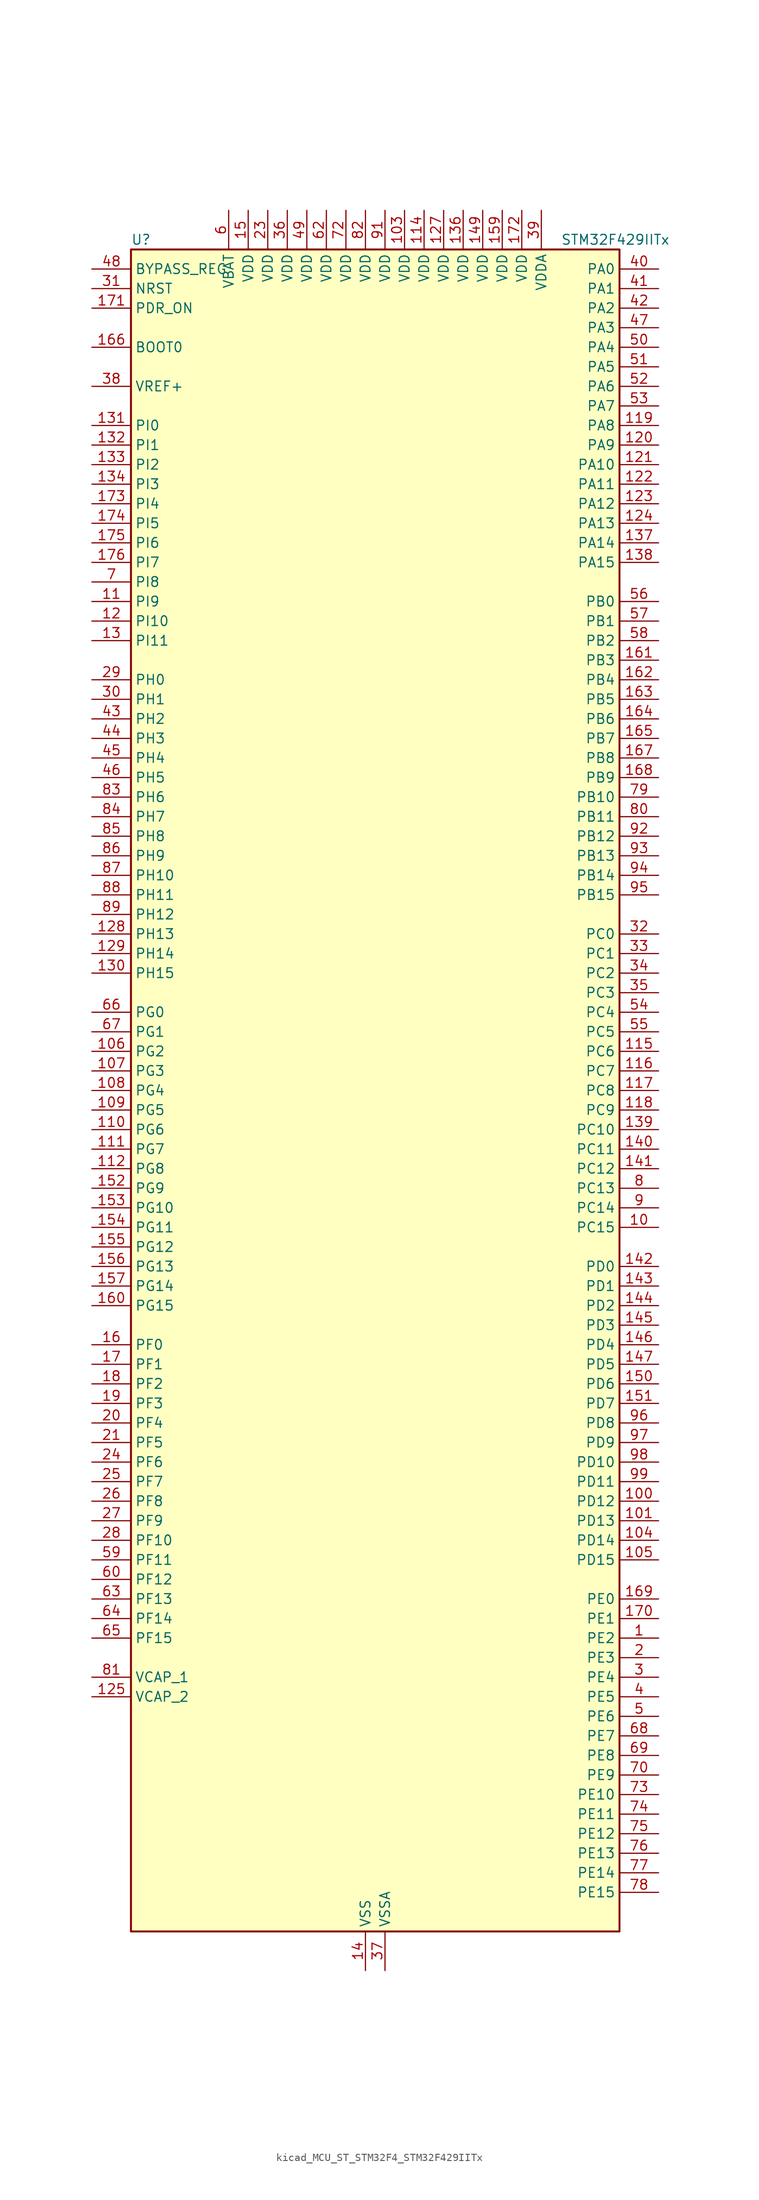
<source format=kicad_sym>
(kicad_symbol_lib
  (version 20220914)
  (generator kicad_symbol_editor)
  (symbol "kicad_MCU_ST_STM32F4_STM32F429IITx"
    (property "Reference" "U"
      (at -30.48 110.49 0)
      (effects (font (size 1.27 1.27)) (justify left)))
    (property "Value" "STM32F429IITx"
      (at 25.4 110.49 0)
      (effects (font (size 1.27 1.27)) (justify left)))
    (property "ki_locked" ""
      (at 0 0 0)
      (effects (font (size 1.27 1.27))))
    (symbol "kicad_MCU_ST_STM32F4_STM32F429IITx_0_1"
      (rectangle (start -30.48 -109.22) (end 33.02 109.22) (stroke (width 0.254) (type default)) (fill (type background))))
    (symbol "kicad_MCU_ST_STM32F4_STM32F429IITx_1_1"
      (pin bidirectional line (at 38.1 -71.12 180) (length 5.08) (name "PE2" (effects (font (size 1.27 1.27)))) (number "1" (effects (font (size 1.27 1.27)))) (alternate "ETH_TXD3" bidirectional line) (alternate "FMC_A23" bidirectional line) (alternate "SAI1_MCLK_A" bidirectional line) (alternate "SPI4_SCK" bidirectional line) (alternate "SYS_TRACECLK" bidirectional line))
      (pin bidirectional line (at 38.1 -17.78 180) (length 5.08) (name "PC15" (effects (font (size 1.27 1.27)))) (number "10" (effects (font (size 1.27 1.27)))) (alternate "ADC1_EXTI15" bidirectional line) (alternate "ADC2_EXTI15" bidirectional line) (alternate "ADC3_EXTI15" bidirectional line) (alternate "RCC_OSC32_OUT" bidirectional line))
      (pin bidirectional line (at 38.1 -53.34 180) (length 5.08) (name "PD12" (effects (font (size 1.27 1.27)))) (number "100" (effects (font (size 1.27 1.27)))) (alternate "FMC_A17" bidirectional line) (alternate "FMC_ALE" bidirectional line) (alternate "TIM4_CH1" bidirectional line) (alternate "USART3_RTS" bidirectional line))
      (pin bidirectional line (at 38.1 -55.88 180) (length 5.08) (name "PD13" (effects (font (size 1.27 1.27)))) (number "101" (effects (font (size 1.27 1.27)))) (alternate "FMC_A18" bidirectional line) (alternate "TIM4_CH2" bidirectional line))
      (pin passive line (at 0 -114.3 90) (length 5.08) hide (name "VSS" (effects (font (size 1.27 1.27)))) (number "102" (effects (font (size 1.27 1.27)))))
      (pin power_in line (at 5.08 114.3 270) (length 5.08) (name "VDD" (effects (font (size 1.27 1.27)))) (number "103" (effects (font (size 1.27 1.27)))))
      (pin bidirectional line (at 38.1 -58.42 180) (length 5.08) (name "PD14" (effects (font (size 1.27 1.27)))) (number "104" (effects (font (size 1.27 1.27)))) (alternate "FMC_D0" bidirectional line) (alternate "FMC_DA0" bidirectional line) (alternate "TIM4_CH3" bidirectional line))
      (pin bidirectional line (at 38.1 -60.96 180) (length 5.08) (name "PD15" (effects (font (size 1.27 1.27)))) (number "105" (effects (font (size 1.27 1.27)))) (alternate "ADC1_EXTI15" bidirectional line) (alternate "ADC2_EXTI15" bidirectional line) (alternate "ADC3_EXTI15" bidirectional line) (alternate "FMC_D1" bidirectional line) (alternate "FMC_DA1" bidirectional line) (alternate "TIM4_CH4" bidirectional line))
      (pin bidirectional line (at -35.56 5.08 0) (length 5.08) (name "PG2" (effects (font (size 1.27 1.27)))) (number "106" (effects (font (size 1.27 1.27)))) (alternate "FMC_A12" bidirectional line))
      (pin bidirectional line (at -35.56 2.54 0) (length 5.08) (name "PG3" (effects (font (size 1.27 1.27)))) (number "107" (effects (font (size 1.27 1.27)))) (alternate "FMC_A13" bidirectional line))
      (pin bidirectional line (at -35.56 0 0) (length 5.08) (name "PG4" (effects (font (size 1.27 1.27)))) (number "108" (effects (font (size 1.27 1.27)))) (alternate "FMC_A14" bidirectional line) (alternate "FMC_BA0" bidirectional line))
      (pin bidirectional line (at -35.56 -2.54 0) (length 5.08) (name "PG5" (effects (font (size 1.27 1.27)))) (number "109" (effects (font (size 1.27 1.27)))) (alternate "FMC_A15" bidirectional line) (alternate "FMC_BA1" bidirectional line))
      (pin bidirectional line (at -35.56 63.5 0) (length 5.08) (name "PI9" (effects (font (size 1.27 1.27)))) (number "11" (effects (font (size 1.27 1.27)))) (alternate "CAN1_RX" bidirectional line) (alternate "DAC_EXTI9" bidirectional line) (alternate "FMC_D30" bidirectional line) (alternate "LTDC_VSYNC" bidirectional line))
      (pin bidirectional line (at -35.56 -5.08 0) (length 5.08) (name "PG6" (effects (font (size 1.27 1.27)))) (number "110" (effects (font (size 1.27 1.27)))) (alternate "DCMI_D12" bidirectional line) (alternate "FMC_INT2" bidirectional line) (alternate "LTDC_R7" bidirectional line))
      (pin bidirectional line (at -35.56 -7.62 0) (length 5.08) (name "PG7" (effects (font (size 1.27 1.27)))) (number "111" (effects (font (size 1.27 1.27)))) (alternate "DCMI_D13" bidirectional line) (alternate "FMC_INT3" bidirectional line) (alternate "LTDC_CLK" bidirectional line) (alternate "USART6_CK" bidirectional line))
      (pin bidirectional line (at -35.56 -10.16 0) (length 5.08) (name "PG8" (effects (font (size 1.27 1.27)))) (number "112" (effects (font (size 1.27 1.27)))) (alternate "ETH_PPS_OUT" bidirectional line) (alternate "FMC_SDCLK" bidirectional line) (alternate "SPI6_NSS" bidirectional line) (alternate "USART6_RTS" bidirectional line))
      (pin passive line (at 0 -114.3 90) (length 5.08) hide (name "VSS" (effects (font (size 1.27 1.27)))) (number "113" (effects (font (size 1.27 1.27)))))
      (pin power_in line (at 7.62 114.3 270) (length 5.08) (name "VDD" (effects (font (size 1.27 1.27)))) (number "114" (effects (font (size 1.27 1.27)))))
      (pin bidirectional line (at 38.1 5.08 180) (length 5.08) (name "PC6" (effects (font (size 1.27 1.27)))) (number "115" (effects (font (size 1.27 1.27)))) (alternate "DCMI_D0" bidirectional line) (alternate "I2S2_MCK" bidirectional line) (alternate "LTDC_HSYNC" bidirectional line) (alternate "SDIO_D6" bidirectional line) (alternate "TIM3_CH1" bidirectional line) (alternate "TIM8_CH1" bidirectional line) (alternate "USART6_TX" bidirectional line))
      (pin bidirectional line (at 38.1 2.54 180) (length 5.08) (name "PC7" (effects (font (size 1.27 1.27)))) (number "116" (effects (font (size 1.27 1.27)))) (alternate "DCMI_D1" bidirectional line) (alternate "I2S3_MCK" bidirectional line) (alternate "LTDC_G6" bidirectional line) (alternate "SDIO_D7" bidirectional line) (alternate "TIM3_CH2" bidirectional line) (alternate "TIM8_CH2" bidirectional line) (alternate "USART6_RX" bidirectional line))
      (pin bidirectional line (at 38.1 0 180) (length 5.08) (name "PC8" (effects (font (size 1.27 1.27)))) (number "117" (effects (font (size 1.27 1.27)))) (alternate "DCMI_D2" bidirectional line) (alternate "SDIO_D0" bidirectional line) (alternate "TIM3_CH3" bidirectional line) (alternate "TIM8_CH3" bidirectional line) (alternate "USART6_CK" bidirectional line))
      (pin bidirectional line (at 38.1 -2.54 180) (length 5.08) (name "PC9" (effects (font (size 1.27 1.27)))) (number "118" (effects (font (size 1.27 1.27)))) (alternate "DAC_EXTI9" bidirectional line) (alternate "DCMI_D3" bidirectional line) (alternate "I2C3_SDA" bidirectional line) (alternate "I2S_CKIN" bidirectional line) (alternate "RCC_MCO_2" bidirectional line) (alternate "SDIO_D1" bidirectional line) (alternate "TIM3_CH4" bidirectional line) (alternate "TIM8_CH4" bidirectional line))
      (pin bidirectional line (at 38.1 86.36 180) (length 5.08) (name "PA8" (effects (font (size 1.27 1.27)))) (number "119" (effects (font (size 1.27 1.27)))) (alternate "I2C3_SCL" bidirectional line) (alternate "LTDC_R6" bidirectional line) (alternate "RCC_MCO_1" bidirectional line) (alternate "TIM1_CH1" bidirectional line) (alternate "USART1_CK" bidirectional line) (alternate "USB_OTG_FS_SOF" bidirectional line))
      (pin bidirectional line (at -35.56 60.96 0) (length 5.08) (name "PI10" (effects (font (size 1.27 1.27)))) (number "12" (effects (font (size 1.27 1.27)))) (alternate "ETH_RX_ER" bidirectional line) (alternate "FMC_D31" bidirectional line) (alternate "LTDC_HSYNC" bidirectional line))
      (pin bidirectional line (at 38.1 83.82 180) (length 5.08) (name "PA9" (effects (font (size 1.27 1.27)))) (number "120" (effects (font (size 1.27 1.27)))) (alternate "DAC_EXTI9" bidirectional line) (alternate "DCMI_D0" bidirectional line) (alternate "I2C3_SMBA" bidirectional line) (alternate "TIM1_CH2" bidirectional line) (alternate "USART1_TX" bidirectional line) (alternate "USB_OTG_FS_VBUS" bidirectional line))
      (pin bidirectional line (at 38.1 81.28 180) (length 5.08) (name "PA10" (effects (font (size 1.27 1.27)))) (number "121" (effects (font (size 1.27 1.27)))) (alternate "DCMI_D1" bidirectional line) (alternate "TIM1_CH3" bidirectional line) (alternate "USART1_RX" bidirectional line) (alternate "USB_OTG_FS_ID" bidirectional line))
      (pin bidirectional line (at 38.1 78.74 180) (length 5.08) (name "PA11" (effects (font (size 1.27 1.27)))) (number "122" (effects (font (size 1.27 1.27)))) (alternate "ADC1_EXTI11" bidirectional line) (alternate "ADC2_EXTI11" bidirectional line) (alternate "ADC3_EXTI11" bidirectional line) (alternate "CAN1_RX" bidirectional line) (alternate "LTDC_R4" bidirectional line) (alternate "TIM1_CH4" bidirectional line) (alternate "USART1_CTS" bidirectional line) (alternate "USB_OTG_FS_DM" bidirectional line))
      (pin bidirectional line (at 38.1 76.2 180) (length 5.08) (name "PA12" (effects (font (size 1.27 1.27)))) (number "123" (effects (font (size 1.27 1.27)))) (alternate "CAN1_TX" bidirectional line) (alternate "LTDC_R5" bidirectional line) (alternate "TIM1_ETR" bidirectional line) (alternate "USART1_RTS" bidirectional line) (alternate "USB_OTG_FS_DP" bidirectional line))
      (pin bidirectional line (at 38.1 73.66 180) (length 5.08) (name "PA13" (effects (font (size 1.27 1.27)))) (number "124" (effects (font (size 1.27 1.27)))) (alternate "SYS_JTMS-SWDIO" bidirectional line))
      (pin power_out line (at -35.56 -78.74 0) (length 5.08) (name "VCAP_2" (effects (font (size 1.27 1.27)))) (number "125" (effects (font (size 1.27 1.27)))))
      (pin passive line (at 0 -114.3 90) (length 5.08) hide (name "VSS" (effects (font (size 1.27 1.27)))) (number "126" (effects (font (size 1.27 1.27)))))
      (pin power_in line (at 10.16 114.3 270) (length 5.08) (name "VDD" (effects (font (size 1.27 1.27)))) (number "127" (effects (font (size 1.27 1.27)))))
      (pin bidirectional line (at -35.56 20.32 0) (length 5.08) (name "PH13" (effects (font (size 1.27 1.27)))) (number "128" (effects (font (size 1.27 1.27)))) (alternate "CAN1_TX" bidirectional line) (alternate "FMC_D21" bidirectional line) (alternate "LTDC_G2" bidirectional line) (alternate "TIM8_CH1N" bidirectional line))
      (pin bidirectional line (at -35.56 17.78 0) (length 5.08) (name "PH14" (effects (font (size 1.27 1.27)))) (number "129" (effects (font (size 1.27 1.27)))) (alternate "DCMI_D4" bidirectional line) (alternate "FMC_D22" bidirectional line) (alternate "LTDC_G3" bidirectional line) (alternate "TIM8_CH2N" bidirectional line))
      (pin bidirectional line (at -35.56 58.42 0) (length 5.08) (name "PI11" (effects (font (size 1.27 1.27)))) (number "13" (effects (font (size 1.27 1.27)))) (alternate "ADC1_EXTI11" bidirectional line) (alternate "ADC2_EXTI11" bidirectional line) (alternate "ADC3_EXTI11" bidirectional line) (alternate "USB_OTG_HS_ULPI_DIR" bidirectional line))
      (pin bidirectional line (at -35.56 15.24 0) (length 5.08) (name "PH15" (effects (font (size 1.27 1.27)))) (number "130" (effects (font (size 1.27 1.27)))) (alternate "ADC1_EXTI15" bidirectional line) (alternate "ADC2_EXTI15" bidirectional line) (alternate "ADC3_EXTI15" bidirectional line) (alternate "DCMI_D11" bidirectional line) (alternate "FMC_D23" bidirectional line) (alternate "LTDC_G4" bidirectional line) (alternate "TIM8_CH3N" bidirectional line))
      (pin bidirectional line (at -35.56 86.36 0) (length 5.08) (name "PI0" (effects (font (size 1.27 1.27)))) (number "131" (effects (font (size 1.27 1.27)))) (alternate "DCMI_D13" bidirectional line) (alternate "FMC_D24" bidirectional line) (alternate "I2S2_WS" bidirectional line) (alternate "LTDC_G5" bidirectional line) (alternate "SPI2_NSS" bidirectional line) (alternate "TIM5_CH4" bidirectional line))
      (pin bidirectional line (at -35.56 83.82 0) (length 5.08) (name "PI1" (effects (font (size 1.27 1.27)))) (number "132" (effects (font (size 1.27 1.27)))) (alternate "DCMI_D8" bidirectional line) (alternate "FMC_D25" bidirectional line) (alternate "I2S2_CK" bidirectional line) (alternate "LTDC_G6" bidirectional line) (alternate "SPI2_SCK" bidirectional line))
      (pin bidirectional line (at -35.56 81.28 0) (length 5.08) (name "PI2" (effects (font (size 1.27 1.27)))) (number "133" (effects (font (size 1.27 1.27)))) (alternate "DCMI_D9" bidirectional line) (alternate "FMC_D26" bidirectional line) (alternate "I2S2_ext_SD" bidirectional line) (alternate "LTDC_G7" bidirectional line) (alternate "SPI2_MISO" bidirectional line) (alternate "TIM8_CH4" bidirectional line))
      (pin bidirectional line (at -35.56 78.74 0) (length 5.08) (name "PI3" (effects (font (size 1.27 1.27)))) (number "134" (effects (font (size 1.27 1.27)))) (alternate "DCMI_D10" bidirectional line) (alternate "FMC_D27" bidirectional line) (alternate "I2S2_SD" bidirectional line) (alternate "SPI2_MOSI" bidirectional line) (alternate "TIM8_ETR" bidirectional line))
      (pin passive line (at 0 -114.3 90) (length 5.08) hide (name "VSS" (effects (font (size 1.27 1.27)))) (number "135" (effects (font (size 1.27 1.27)))))
      (pin power_in line (at 12.7 114.3 270) (length 5.08) (name "VDD" (effects (font (size 1.27 1.27)))) (number "136" (effects (font (size 1.27 1.27)))))
      (pin bidirectional line (at 38.1 71.12 180) (length 5.08) (name "PA14" (effects (font (size 1.27 1.27)))) (number "137" (effects (font (size 1.27 1.27)))) (alternate "SYS_JTCK-SWCLK" bidirectional line))
      (pin bidirectional line (at 38.1 68.58 180) (length 5.08) (name "PA15" (effects (font (size 1.27 1.27)))) (number "138" (effects (font (size 1.27 1.27)))) (alternate "ADC1_EXTI15" bidirectional line) (alternate "ADC2_EXTI15" bidirectional line) (alternate "ADC3_EXTI15" bidirectional line) (alternate "I2S3_WS" bidirectional line) (alternate "SPI1_NSS" bidirectional line) (alternate "SPI3_NSS" bidirectional line) (alternate "SYS_JTDI" bidirectional line) (alternate "TIM2_CH1" bidirectional line) (alternate "TIM2_ETR" bidirectional line))
      (pin bidirectional line (at 38.1 -5.08 180) (length 5.08) (name "PC10" (effects (font (size 1.27 1.27)))) (number "139" (effects (font (size 1.27 1.27)))) (alternate "DCMI_D8" bidirectional line) (alternate "I2S3_CK" bidirectional line) (alternate "LTDC_R2" bidirectional line) (alternate "SDIO_D2" bidirectional line) (alternate "SPI3_SCK" bidirectional line) (alternate "UART4_TX" bidirectional line) (alternate "USART3_TX" bidirectional line))
      (pin power_in line (at 0 -114.3 90) (length 5.08) (name "VSS" (effects (font (size 1.27 1.27)))) (number "14" (effects (font (size 1.27 1.27)))))
      (pin bidirectional line (at 38.1 -7.62 180) (length 5.08) (name "PC11" (effects (font (size 1.27 1.27)))) (number "140" (effects (font (size 1.27 1.27)))) (alternate "ADC1_EXTI11" bidirectional line) (alternate "ADC2_EXTI11" bidirectional line) (alternate "ADC3_EXTI11" bidirectional line) (alternate "DCMI_D4" bidirectional line) (alternate "I2S3_ext_SD" bidirectional line) (alternate "SDIO_D3" bidirectional line) (alternate "SPI3_MISO" bidirectional line) (alternate "UART4_RX" bidirectional line) (alternate "USART3_RX" bidirectional line))
      (pin bidirectional line (at 38.1 -10.16 180) (length 5.08) (name "PC12" (effects (font (size 1.27 1.27)))) (number "141" (effects (font (size 1.27 1.27)))) (alternate "DCMI_D9" bidirectional line) (alternate "I2S3_SD" bidirectional line) (alternate "SDIO_CK" bidirectional line) (alternate "SPI3_MOSI" bidirectional line) (alternate "UART5_TX" bidirectional line) (alternate "USART3_CK" bidirectional line))
      (pin bidirectional line (at 38.1 -22.86 180) (length 5.08) (name "PD0" (effects (font (size 1.27 1.27)))) (number "142" (effects (font (size 1.27 1.27)))) (alternate "CAN1_RX" bidirectional line) (alternate "FMC_D2" bidirectional line) (alternate "FMC_DA2" bidirectional line))
      (pin bidirectional line (at 38.1 -25.4 180) (length 5.08) (name "PD1" (effects (font (size 1.27 1.27)))) (number "143" (effects (font (size 1.27 1.27)))) (alternate "CAN1_TX" bidirectional line) (alternate "FMC_D3" bidirectional line) (alternate "FMC_DA3" bidirectional line))
      (pin bidirectional line (at 38.1 -27.94 180) (length 5.08) (name "PD2" (effects (font (size 1.27 1.27)))) (number "144" (effects (font (size 1.27 1.27)))) (alternate "DCMI_D11" bidirectional line) (alternate "SDIO_CMD" bidirectional line) (alternate "TIM3_ETR" bidirectional line) (alternate "UART5_RX" bidirectional line))
      (pin bidirectional line (at 38.1 -30.48 180) (length 5.08) (name "PD3" (effects (font (size 1.27 1.27)))) (number "145" (effects (font (size 1.27 1.27)))) (alternate "DCMI_D5" bidirectional line) (alternate "FMC_CLK" bidirectional line) (alternate "I2S2_CK" bidirectional line) (alternate "LTDC_G7" bidirectional line) (alternate "SPI2_SCK" bidirectional line) (alternate "USART2_CTS" bidirectional line))
      (pin bidirectional line (at 38.1 -33.02 180) (length 5.08) (name "PD4" (effects (font (size 1.27 1.27)))) (number "146" (effects (font (size 1.27 1.27)))) (alternate "FMC_NOE" bidirectional line) (alternate "USART2_RTS" bidirectional line))
      (pin bidirectional line (at 38.1 -35.56 180) (length 5.08) (name "PD5" (effects (font (size 1.27 1.27)))) (number "147" (effects (font (size 1.27 1.27)))) (alternate "FMC_NWE" bidirectional line) (alternate "USART2_TX" bidirectional line))
      (pin passive line (at 0 -114.3 90) (length 5.08) hide (name "VSS" (effects (font (size 1.27 1.27)))) (number "148" (effects (font (size 1.27 1.27)))))
      (pin power_in line (at 15.24 114.3 270) (length 5.08) (name "VDD" (effects (font (size 1.27 1.27)))) (number "149" (effects (font (size 1.27 1.27)))))
      (pin power_in line (at -15.24 114.3 270) (length 5.08) (name "VDD" (effects (font (size 1.27 1.27)))) (number "15" (effects (font (size 1.27 1.27)))))
      (pin bidirectional line (at 38.1 -38.1 180) (length 5.08) (name "PD6" (effects (font (size 1.27 1.27)))) (number "150" (effects (font (size 1.27 1.27)))) (alternate "DCMI_D10" bidirectional line) (alternate "FMC_NWAIT" bidirectional line) (alternate "I2S3_SD" bidirectional line) (alternate "LTDC_B2" bidirectional line) (alternate "SAI1_SD_A" bidirectional line) (alternate "SPI3_MOSI" bidirectional line) (alternate "USART2_RX" bidirectional line))
      (pin bidirectional line (at 38.1 -40.64 180) (length 5.08) (name "PD7" (effects (font (size 1.27 1.27)))) (number "151" (effects (font (size 1.27 1.27)))) (alternate "FMC_NCE2" bidirectional line) (alternate "FMC_NE1" bidirectional line) (alternate "USART2_CK" bidirectional line))
      (pin bidirectional line (at -35.56 -12.7 0) (length 5.08) (name "PG9" (effects (font (size 1.27 1.27)))) (number "152" (effects (font (size 1.27 1.27)))) (alternate "DAC_EXTI9" bidirectional line) (alternate "DCMI_VSYNC" bidirectional line) (alternate "FMC_NCE3" bidirectional line) (alternate "FMC_NE2" bidirectional line) (alternate "USART6_RX" bidirectional line))
      (pin bidirectional line (at -35.56 -15.24 0) (length 5.08) (name "PG10" (effects (font (size 1.27 1.27)))) (number "153" (effects (font (size 1.27 1.27)))) (alternate "DCMI_D2" bidirectional line) (alternate "FMC_NCE4_1" bidirectional line) (alternate "FMC_NE3" bidirectional line) (alternate "LTDC_B2" bidirectional line) (alternate "LTDC_G3" bidirectional line))
      (pin bidirectional line (at -35.56 -17.78 0) (length 5.08) (name "PG11" (effects (font (size 1.27 1.27)))) (number "154" (effects (font (size 1.27 1.27)))) (alternate "ADC1_EXTI11" bidirectional line) (alternate "ADC2_EXTI11" bidirectional line) (alternate "ADC3_EXTI11" bidirectional line) (alternate "DCMI_D3" bidirectional line) (alternate "ETH_TX_EN" bidirectional line) (alternate "FMC_NCE4_2" bidirectional line) (alternate "LTDC_B3" bidirectional line))
      (pin bidirectional line (at -35.56 -20.32 0) (length 5.08) (name "PG12" (effects (font (size 1.27 1.27)))) (number "155" (effects (font (size 1.27 1.27)))) (alternate "FMC_NE4" bidirectional line) (alternate "LTDC_B1" bidirectional line) (alternate "LTDC_B4" bidirectional line) (alternate "SPI6_MISO" bidirectional line) (alternate "USART6_RTS" bidirectional line))
      (pin bidirectional line (at -35.56 -22.86 0) (length 5.08) (name "PG13" (effects (font (size 1.27 1.27)))) (number "156" (effects (font (size 1.27 1.27)))) (alternate "ETH_TXD0" bidirectional line) (alternate "FMC_A24" bidirectional line) (alternate "SPI6_SCK" bidirectional line) (alternate "USART6_CTS" bidirectional line))
      (pin bidirectional line (at -35.56 -25.4 0) (length 5.08) (name "PG14" (effects (font (size 1.27 1.27)))) (number "157" (effects (font (size 1.27 1.27)))) (alternate "ETH_TXD1" bidirectional line) (alternate "FMC_A25" bidirectional line) (alternate "SPI6_MOSI" bidirectional line) (alternate "USART6_TX" bidirectional line))
      (pin passive line (at 0 -114.3 90) (length 5.08) hide (name "VSS" (effects (font (size 1.27 1.27)))) (number "158" (effects (font (size 1.27 1.27)))))
      (pin power_in line (at 17.78 114.3 270) (length 5.08) (name "VDD" (effects (font (size 1.27 1.27)))) (number "159" (effects (font (size 1.27 1.27)))))
      (pin bidirectional line (at -35.56 -33.02 0) (length 5.08) (name "PF0" (effects (font (size 1.27 1.27)))) (number "16" (effects (font (size 1.27 1.27)))) (alternate "FMC_A0" bidirectional line) (alternate "I2C2_SDA" bidirectional line))
      (pin bidirectional line (at -35.56 -27.94 0) (length 5.08) (name "PG15" (effects (font (size 1.27 1.27)))) (number "160" (effects (font (size 1.27 1.27)))) (alternate "ADC1_EXTI15" bidirectional line) (alternate "ADC2_EXTI15" bidirectional line) (alternate "ADC3_EXTI15" bidirectional line) (alternate "DCMI_D13" bidirectional line) (alternate "FMC_SDNCAS" bidirectional line) (alternate "USART6_CTS" bidirectional line))
      (pin bidirectional line (at 38.1 55.88 180) (length 5.08) (name "PB3" (effects (font (size 1.27 1.27)))) (number "161" (effects (font (size 1.27 1.27)))) (alternate "I2S3_CK" bidirectional line) (alternate "SPI1_SCK" bidirectional line) (alternate "SPI3_SCK" bidirectional line) (alternate "SYS_JTDO-SWO" bidirectional line) (alternate "TIM2_CH2" bidirectional line))
      (pin bidirectional line (at 38.1 53.34 180) (length 5.08) (name "PB4" (effects (font (size 1.27 1.27)))) (number "162" (effects (font (size 1.27 1.27)))) (alternate "I2S3_ext_SD" bidirectional line) (alternate "SPI1_MISO" bidirectional line) (alternate "SPI3_MISO" bidirectional line) (alternate "SYS_JTRST" bidirectional line) (alternate "TIM3_CH1" bidirectional line))
      (pin bidirectional line (at 38.1 50.8 180) (length 5.08) (name "PB5" (effects (font (size 1.27 1.27)))) (number "163" (effects (font (size 1.27 1.27)))) (alternate "CAN2_RX" bidirectional line) (alternate "DCMI_D10" bidirectional line) (alternate "ETH_PPS_OUT" bidirectional line) (alternate "FMC_SDCKE1" bidirectional line) (alternate "I2C1_SMBA" bidirectional line) (alternate "I2S3_SD" bidirectional line) (alternate "SPI1_MOSI" bidirectional line) (alternate "SPI3_MOSI" bidirectional line) (alternate "TIM3_CH2" bidirectional line) (alternate "USB_OTG_HS_ULPI_D7" bidirectional line))
      (pin bidirectional line (at 38.1 48.26 180) (length 5.08) (name "PB6" (effects (font (size 1.27 1.27)))) (number "164" (effects (font (size 1.27 1.27)))) (alternate "CAN2_TX" bidirectional line) (alternate "DCMI_D5" bidirectional line) (alternate "FMC_SDNE1" bidirectional line) (alternate "I2C1_SCL" bidirectional line) (alternate "TIM4_CH1" bidirectional line) (alternate "USART1_TX" bidirectional line))
      (pin bidirectional line (at 38.1 45.72 180) (length 5.08) (name "PB7" (effects (font (size 1.27 1.27)))) (number "165" (effects (font (size 1.27 1.27)))) (alternate "DCMI_VSYNC" bidirectional line) (alternate "FMC_NL" bidirectional line) (alternate "I2C1_SDA" bidirectional line) (alternate "TIM4_CH2" bidirectional line) (alternate "USART1_RX" bidirectional line))
      (pin input line (at -35.56 96.52 0) (length 5.08) (name "BOOT0" (effects (font (size 1.27 1.27)))) (number "166" (effects (font (size 1.27 1.27)))))
      (pin bidirectional line (at 38.1 43.18 180) (length 5.08) (name "PB8" (effects (font (size 1.27 1.27)))) (number "167" (effects (font (size 1.27 1.27)))) (alternate "CAN1_RX" bidirectional line) (alternate "DCMI_D6" bidirectional line) (alternate "ETH_TXD3" bidirectional line) (alternate "I2C1_SCL" bidirectional line) (alternate "LTDC_B6" bidirectional line) (alternate "SDIO_D4" bidirectional line) (alternate "TIM10_CH1" bidirectional line) (alternate "TIM4_CH3" bidirectional line))
      (pin bidirectional line (at 38.1 40.64 180) (length 5.08) (name "PB9" (effects (font (size 1.27 1.27)))) (number "168" (effects (font (size 1.27 1.27)))) (alternate "CAN1_TX" bidirectional line) (alternate "DAC_EXTI9" bidirectional line) (alternate "DCMI_D7" bidirectional line) (alternate "I2C1_SDA" bidirectional line) (alternate "I2S2_WS" bidirectional line) (alternate "LTDC_B7" bidirectional line) (alternate "SDIO_D5" bidirectional line) (alternate "SPI2_NSS" bidirectional line) (alternate "TIM11_CH1" bidirectional line) (alternate "TIM4_CH4" bidirectional line))
      (pin bidirectional line (at 38.1 -66.04 180) (length 5.08) (name "PE0" (effects (font (size 1.27 1.27)))) (number "169" (effects (font (size 1.27 1.27)))) (alternate "DCMI_D2" bidirectional line) (alternate "FMC_NBL0" bidirectional line) (alternate "TIM4_ETR" bidirectional line) (alternate "UART8_RX" bidirectional line))
      (pin bidirectional line (at -35.56 -35.56 0) (length 5.08) (name "PF1" (effects (font (size 1.27 1.27)))) (number "17" (effects (font (size 1.27 1.27)))) (alternate "FMC_A1" bidirectional line) (alternate "I2C2_SCL" bidirectional line))
      (pin bidirectional line (at 38.1 -68.58 180) (length 5.08) (name "PE1" (effects (font (size 1.27 1.27)))) (number "170" (effects (font (size 1.27 1.27)))) (alternate "DCMI_D3" bidirectional line) (alternate "FMC_NBL1" bidirectional line) (alternate "UART8_TX" bidirectional line))
      (pin input line (at -35.56 101.6 0) (length 5.08) (name "PDR_ON" (effects (font (size 1.27 1.27)))) (number "171" (effects (font (size 1.27 1.27)))))
      (pin power_in line (at 20.32 114.3 270) (length 5.08) (name "VDD" (effects (font (size 1.27 1.27)))) (number "172" (effects (font (size 1.27 1.27)))))
      (pin bidirectional line (at -35.56 76.2 0) (length 5.08) (name "PI4" (effects (font (size 1.27 1.27)))) (number "173" (effects (font (size 1.27 1.27)))) (alternate "DCMI_D5" bidirectional line) (alternate "FMC_NBL2" bidirectional line) (alternate "LTDC_B4" bidirectional line) (alternate "TIM8_BKIN" bidirectional line))
      (pin bidirectional line (at -35.56 73.66 0) (length 5.08) (name "PI5" (effects (font (size 1.27 1.27)))) (number "174" (effects (font (size 1.27 1.27)))) (alternate "DCMI_VSYNC" bidirectional line) (alternate "FMC_NBL3" bidirectional line) (alternate "LTDC_B5" bidirectional line) (alternate "TIM8_CH1" bidirectional line))
      (pin bidirectional line (at -35.56 71.12 0) (length 5.08) (name "PI6" (effects (font (size 1.27 1.27)))) (number "175" (effects (font (size 1.27 1.27)))) (alternate "DCMI_D6" bidirectional line) (alternate "FMC_D28" bidirectional line) (alternate "LTDC_B6" bidirectional line) (alternate "TIM8_CH2" bidirectional line))
      (pin bidirectional line (at -35.56 68.58 0) (length 5.08) (name "PI7" (effects (font (size 1.27 1.27)))) (number "176" (effects (font (size 1.27 1.27)))) (alternate "DCMI_D7" bidirectional line) (alternate "FMC_D29" bidirectional line) (alternate "LTDC_B7" bidirectional line) (alternate "TIM8_CH3" bidirectional line))
      (pin bidirectional line (at -35.56 -38.1 0) (length 5.08) (name "PF2" (effects (font (size 1.27 1.27)))) (number "18" (effects (font (size 1.27 1.27)))) (alternate "FMC_A2" bidirectional line) (alternate "I2C2_SMBA" bidirectional line))
      (pin bidirectional line (at -35.56 -40.64 0) (length 5.08) (name "PF3" (effects (font (size 1.27 1.27)))) (number "19" (effects (font (size 1.27 1.27)))) (alternate "ADC3_IN9" bidirectional line) (alternate "FMC_A3" bidirectional line))
      (pin bidirectional line (at 38.1 -73.66 180) (length 5.08) (name "PE3" (effects (font (size 1.27 1.27)))) (number "2" (effects (font (size 1.27 1.27)))) (alternate "FMC_A19" bidirectional line) (alternate "SAI1_SD_B" bidirectional line) (alternate "SYS_TRACED0" bidirectional line))
      (pin bidirectional line (at -35.56 -43.18 0) (length 5.08) (name "PF4" (effects (font (size 1.27 1.27)))) (number "20" (effects (font (size 1.27 1.27)))) (alternate "ADC3_IN14" bidirectional line) (alternate "FMC_A4" bidirectional line))
      (pin bidirectional line (at -35.56 -45.72 0) (length 5.08) (name "PF5" (effects (font (size 1.27 1.27)))) (number "21" (effects (font (size 1.27 1.27)))) (alternate "ADC3_IN15" bidirectional line) (alternate "FMC_A5" bidirectional line))
      (pin passive line (at 0 -114.3 90) (length 5.08) hide (name "VSS" (effects (font (size 1.27 1.27)))) (number "22" (effects (font (size 1.27 1.27)))))
      (pin power_in line (at -12.7 114.3 270) (length 5.08) (name "VDD" (effects (font (size 1.27 1.27)))) (number "23" (effects (font (size 1.27 1.27)))))
      (pin bidirectional line (at -35.56 -48.26 0) (length 5.08) (name "PF6" (effects (font (size 1.27 1.27)))) (number "24" (effects (font (size 1.27 1.27)))) (alternate "ADC3_IN4" bidirectional line) (alternate "FMC_NIORD" bidirectional line) (alternate "SAI1_SD_B" bidirectional line) (alternate "SPI5_NSS" bidirectional line) (alternate "TIM10_CH1" bidirectional line) (alternate "UART7_RX" bidirectional line))
      (pin bidirectional line (at -35.56 -50.8 0) (length 5.08) (name "PF7" (effects (font (size 1.27 1.27)))) (number "25" (effects (font (size 1.27 1.27)))) (alternate "ADC3_IN5" bidirectional line) (alternate "FMC_NREG" bidirectional line) (alternate "SAI1_MCLK_B" bidirectional line) (alternate "SPI5_SCK" bidirectional line) (alternate "TIM11_CH1" bidirectional line) (alternate "UART7_TX" bidirectional line))
      (pin bidirectional line (at -35.56 -53.34 0) (length 5.08) (name "PF8" (effects (font (size 1.27 1.27)))) (number "26" (effects (font (size 1.27 1.27)))) (alternate "ADC3_IN6" bidirectional line) (alternate "FMC_NIOWR" bidirectional line) (alternate "SAI1_SCK_B" bidirectional line) (alternate "SPI5_MISO" bidirectional line) (alternate "TIM13_CH1" bidirectional line))
      (pin bidirectional line (at -35.56 -55.88 0) (length 5.08) (name "PF9" (effects (font (size 1.27 1.27)))) (number "27" (effects (font (size 1.27 1.27)))) (alternate "ADC3_IN7" bidirectional line) (alternate "DAC_EXTI9" bidirectional line) (alternate "FMC_CD" bidirectional line) (alternate "SAI1_FS_B" bidirectional line) (alternate "SPI5_MOSI" bidirectional line) (alternate "TIM14_CH1" bidirectional line))
      (pin bidirectional line (at -35.56 -58.42 0) (length 5.08) (name "PF10" (effects (font (size 1.27 1.27)))) (number "28" (effects (font (size 1.27 1.27)))) (alternate "ADC3_IN8" bidirectional line) (alternate "DCMI_D11" bidirectional line) (alternate "FMC_INTR" bidirectional line) (alternate "LTDC_DE" bidirectional line))
      (pin bidirectional line (at -35.56 53.34 0) (length 5.08) (name "PH0" (effects (font (size 1.27 1.27)))) (number "29" (effects (font (size 1.27 1.27)))) (alternate "RCC_OSC_IN" bidirectional line))
      (pin bidirectional line (at 38.1 -76.2 180) (length 5.08) (name "PE4" (effects (font (size 1.27 1.27)))) (number "3" (effects (font (size 1.27 1.27)))) (alternate "DCMI_D4" bidirectional line) (alternate "FMC_A20" bidirectional line) (alternate "LTDC_B0" bidirectional line) (alternate "SAI1_FS_A" bidirectional line) (alternate "SPI4_NSS" bidirectional line) (alternate "SYS_TRACED1" bidirectional line))
      (pin bidirectional line (at -35.56 50.8 0) (length 5.08) (name "PH1" (effects (font (size 1.27 1.27)))) (number "30" (effects (font (size 1.27 1.27)))) (alternate "RCC_OSC_OUT" bidirectional line))
      (pin input line (at -35.56 104.14 0) (length 5.08) (name "NRST" (effects (font (size 1.27 1.27)))) (number "31" (effects (font (size 1.27 1.27)))))
      (pin bidirectional line (at 38.1 20.32 180) (length 5.08) (name "PC0" (effects (font (size 1.27 1.27)))) (number "32" (effects (font (size 1.27 1.27)))) (alternate "ADC1_IN10" bidirectional line) (alternate "ADC2_IN10" bidirectional line) (alternate "ADC3_IN10" bidirectional line) (alternate "FMC_SDNWE" bidirectional line) (alternate "USB_OTG_HS_ULPI_STP" bidirectional line))
      (pin bidirectional line (at 38.1 17.78 180) (length 5.08) (name "PC1" (effects (font (size 1.27 1.27)))) (number "33" (effects (font (size 1.27 1.27)))) (alternate "ADC1_IN11" bidirectional line) (alternate "ADC2_IN11" bidirectional line) (alternate "ADC3_IN11" bidirectional line) (alternate "ETH_MDC" bidirectional line))
      (pin bidirectional line (at 38.1 15.24 180) (length 5.08) (name "PC2" (effects (font (size 1.27 1.27)))) (number "34" (effects (font (size 1.27 1.27)))) (alternate "ADC1_IN12" bidirectional line) (alternate "ADC2_IN12" bidirectional line) (alternate "ADC3_IN12" bidirectional line) (alternate "ETH_TXD2" bidirectional line) (alternate "FMC_SDNE0" bidirectional line) (alternate "I2S2_ext_SD" bidirectional line) (alternate "SPI2_MISO" bidirectional line) (alternate "USB_OTG_HS_ULPI_DIR" bidirectional line))
      (pin bidirectional line (at 38.1 12.7 180) (length 5.08) (name "PC3" (effects (font (size 1.27 1.27)))) (number "35" (effects (font (size 1.27 1.27)))) (alternate "ADC1_IN13" bidirectional line) (alternate "ADC2_IN13" bidirectional line) (alternate "ADC3_IN13" bidirectional line) (alternate "ETH_TX_CLK" bidirectional line) (alternate "FMC_SDCKE0" bidirectional line) (alternate "I2S2_SD" bidirectional line) (alternate "SPI2_MOSI" bidirectional line) (alternate "USB_OTG_HS_ULPI_NXT" bidirectional line))
      (pin power_in line (at -10.16 114.3 270) (length 5.08) (name "VDD" (effects (font (size 1.27 1.27)))) (number "36" (effects (font (size 1.27 1.27)))))
      (pin power_in line (at 2.54 -114.3 90) (length 5.08) (name "VSSA" (effects (font (size 1.27 1.27)))) (number "37" (effects (font (size 1.27 1.27)))))
      (pin input line (at -35.56 91.44 0) (length 5.08) (name "VREF+" (effects (font (size 1.27 1.27)))) (number "38" (effects (font (size 1.27 1.27)))))
      (pin power_in line (at 22.86 114.3 270) (length 5.08) (name "VDDA" (effects (font (size 1.27 1.27)))) (number "39" (effects (font (size 1.27 1.27)))))
      (pin bidirectional line (at 38.1 -78.74 180) (length 5.08) (name "PE5" (effects (font (size 1.27 1.27)))) (number "4" (effects (font (size 1.27 1.27)))) (alternate "DCMI_D6" bidirectional line) (alternate "FMC_A21" bidirectional line) (alternate "LTDC_G0" bidirectional line) (alternate "SAI1_SCK_A" bidirectional line) (alternate "SPI4_MISO" bidirectional line) (alternate "SYS_TRACED2" bidirectional line) (alternate "TIM9_CH1" bidirectional line))
      (pin bidirectional line (at 38.1 106.68 180) (length 5.08) (name "PA0" (effects (font (size 1.27 1.27)))) (number "40" (effects (font (size 1.27 1.27)))) (alternate "ADC1_IN0" bidirectional line) (alternate "ADC2_IN0" bidirectional line) (alternate "ADC3_IN0" bidirectional line) (alternate "ETH_CRS" bidirectional line) (alternate "SYS_WKUP" bidirectional line) (alternate "TIM2_CH1" bidirectional line) (alternate "TIM2_ETR" bidirectional line) (alternate "TIM5_CH1" bidirectional line) (alternate "TIM8_ETR" bidirectional line) (alternate "UART4_TX" bidirectional line) (alternate "USART2_CTS" bidirectional line))
      (pin bidirectional line (at 38.1 104.14 180) (length 5.08) (name "PA1" (effects (font (size 1.27 1.27)))) (number "41" (effects (font (size 1.27 1.27)))) (alternate "ADC1_IN1" bidirectional line) (alternate "ADC2_IN1" bidirectional line) (alternate "ADC3_IN1" bidirectional line) (alternate "ETH_REF_CLK" bidirectional line) (alternate "ETH_RX_CLK" bidirectional line) (alternate "TIM2_CH2" bidirectional line) (alternate "TIM5_CH2" bidirectional line) (alternate "UART4_RX" bidirectional line) (alternate "USART2_RTS" bidirectional line))
      (pin bidirectional line (at 38.1 101.6 180) (length 5.08) (name "PA2" (effects (font (size 1.27 1.27)))) (number "42" (effects (font (size 1.27 1.27)))) (alternate "ADC1_IN2" bidirectional line) (alternate "ADC2_IN2" bidirectional line) (alternate "ADC3_IN2" bidirectional line) (alternate "ETH_MDIO" bidirectional line) (alternate "TIM2_CH3" bidirectional line) (alternate "TIM5_CH3" bidirectional line) (alternate "TIM9_CH1" bidirectional line) (alternate "USART2_TX" bidirectional line))
      (pin bidirectional line (at -35.56 48.26 0) (length 5.08) (name "PH2" (effects (font (size 1.27 1.27)))) (number "43" (effects (font (size 1.27 1.27)))) (alternate "ETH_CRS" bidirectional line) (alternate "FMC_SDCKE0" bidirectional line) (alternate "LTDC_R0" bidirectional line))
      (pin bidirectional line (at -35.56 45.72 0) (length 5.08) (name "PH3" (effects (font (size 1.27 1.27)))) (number "44" (effects (font (size 1.27 1.27)))) (alternate "ETH_COL" bidirectional line) (alternate "FMC_SDNE0" bidirectional line) (alternate "LTDC_R1" bidirectional line))
      (pin bidirectional line (at -35.56 43.18 0) (length 5.08) (name "PH4" (effects (font (size 1.27 1.27)))) (number "45" (effects (font (size 1.27 1.27)))) (alternate "I2C2_SCL" bidirectional line) (alternate "USB_OTG_HS_ULPI_NXT" bidirectional line))
      (pin bidirectional line (at -35.56 40.64 0) (length 5.08) (name "PH5" (effects (font (size 1.27 1.27)))) (number "46" (effects (font (size 1.27 1.27)))) (alternate "FMC_SDNWE" bidirectional line) (alternate "I2C2_SDA" bidirectional line) (alternate "SPI5_NSS" bidirectional line))
      (pin bidirectional line (at 38.1 99.06 180) (length 5.08) (name "PA3" (effects (font (size 1.27 1.27)))) (number "47" (effects (font (size 1.27 1.27)))) (alternate "ADC1_IN3" bidirectional line) (alternate "ADC2_IN3" bidirectional line) (alternate "ADC3_IN3" bidirectional line) (alternate "ETH_COL" bidirectional line) (alternate "LTDC_B5" bidirectional line) (alternate "TIM2_CH4" bidirectional line) (alternate "TIM5_CH4" bidirectional line) (alternate "TIM9_CH2" bidirectional line) (alternate "USART2_RX" bidirectional line) (alternate "USB_OTG_HS_ULPI_D0" bidirectional line))
      (pin input line (at -35.56 106.68 0) (length 5.08) (name "BYPASS_REG" (effects (font (size 1.27 1.27)))) (number "48" (effects (font (size 1.27 1.27)))))
      (pin power_in line (at -7.62 114.3 270) (length 5.08) (name "VDD" (effects (font (size 1.27 1.27)))) (number "49" (effects (font (size 1.27 1.27)))))
      (pin bidirectional line (at 38.1 -81.28 180) (length 5.08) (name "PE6" (effects (font (size 1.27 1.27)))) (number "5" (effects (font (size 1.27 1.27)))) (alternate "DCMI_D7" bidirectional line) (alternate "FMC_A22" bidirectional line) (alternate "LTDC_G1" bidirectional line) (alternate "SAI1_SD_A" bidirectional line) (alternate "SPI4_MOSI" bidirectional line) (alternate "SYS_TRACED3" bidirectional line) (alternate "TIM9_CH2" bidirectional line))
      (pin bidirectional line (at 38.1 96.52 180) (length 5.08) (name "PA4" (effects (font (size 1.27 1.27)))) (number "50" (effects (font (size 1.27 1.27)))) (alternate "ADC1_IN4" bidirectional line) (alternate "ADC2_IN4" bidirectional line) (alternate "DAC_OUT1" bidirectional line) (alternate "DCMI_HSYNC" bidirectional line) (alternate "I2S3_WS" bidirectional line) (alternate "LTDC_VSYNC" bidirectional line) (alternate "SPI1_NSS" bidirectional line) (alternate "SPI3_NSS" bidirectional line) (alternate "USART2_CK" bidirectional line) (alternate "USB_OTG_HS_SOF" bidirectional line))
      (pin bidirectional line (at 38.1 93.98 180) (length 5.08) (name "PA5" (effects (font (size 1.27 1.27)))) (number "51" (effects (font (size 1.27 1.27)))) (alternate "ADC1_IN5" bidirectional line) (alternate "ADC2_IN5" bidirectional line) (alternate "DAC_OUT2" bidirectional line) (alternate "SPI1_SCK" bidirectional line) (alternate "TIM2_CH1" bidirectional line) (alternate "TIM2_ETR" bidirectional line) (alternate "TIM8_CH1N" bidirectional line) (alternate "USB_OTG_HS_ULPI_CK" bidirectional line))
      (pin bidirectional line (at 38.1 91.44 180) (length 5.08) (name "PA6" (effects (font (size 1.27 1.27)))) (number "52" (effects (font (size 1.27 1.27)))) (alternate "ADC1_IN6" bidirectional line) (alternate "ADC2_IN6" bidirectional line) (alternate "DCMI_PIXCLK" bidirectional line) (alternate "LTDC_G2" bidirectional line) (alternate "SPI1_MISO" bidirectional line) (alternate "TIM13_CH1" bidirectional line) (alternate "TIM1_BKIN" bidirectional line) (alternate "TIM3_CH1" bidirectional line) (alternate "TIM8_BKIN" bidirectional line))
      (pin bidirectional line (at 38.1 88.9 180) (length 5.08) (name "PA7" (effects (font (size 1.27 1.27)))) (number "53" (effects (font (size 1.27 1.27)))) (alternate "ADC1_IN7" bidirectional line) (alternate "ADC2_IN7" bidirectional line) (alternate "ETH_CRS_DV" bidirectional line) (alternate "ETH_RX_DV" bidirectional line) (alternate "SPI1_MOSI" bidirectional line) (alternate "TIM14_CH1" bidirectional line) (alternate "TIM1_CH1N" bidirectional line) (alternate "TIM3_CH2" bidirectional line) (alternate "TIM8_CH1N" bidirectional line))
      (pin bidirectional line (at 38.1 10.16 180) (length 5.08) (name "PC4" (effects (font (size 1.27 1.27)))) (number "54" (effects (font (size 1.27 1.27)))) (alternate "ADC1_IN14" bidirectional line) (alternate "ADC2_IN14" bidirectional line) (alternate "ETH_RXD0" bidirectional line))
      (pin bidirectional line (at 38.1 7.62 180) (length 5.08) (name "PC5" (effects (font (size 1.27 1.27)))) (number "55" (effects (font (size 1.27 1.27)))) (alternate "ADC1_IN15" bidirectional line) (alternate "ADC2_IN15" bidirectional line) (alternate "ETH_RXD1" bidirectional line))
      (pin bidirectional line (at 38.1 63.5 180) (length 5.08) (name "PB0" (effects (font (size 1.27 1.27)))) (number "56" (effects (font (size 1.27 1.27)))) (alternate "ADC1_IN8" bidirectional line) (alternate "ADC2_IN8" bidirectional line) (alternate "ETH_RXD2" bidirectional line) (alternate "LTDC_R3" bidirectional line) (alternate "TIM1_CH2N" bidirectional line) (alternate "TIM3_CH3" bidirectional line) (alternate "TIM8_CH2N" bidirectional line) (alternate "USB_OTG_HS_ULPI_D1" bidirectional line))
      (pin bidirectional line (at 38.1 60.96 180) (length 5.08) (name "PB1" (effects (font (size 1.27 1.27)))) (number "57" (effects (font (size 1.27 1.27)))) (alternate "ADC1_IN9" bidirectional line) (alternate "ADC2_IN9" bidirectional line) (alternate "ETH_RXD3" bidirectional line) (alternate "LTDC_R6" bidirectional line) (alternate "TIM1_CH3N" bidirectional line) (alternate "TIM3_CH4" bidirectional line) (alternate "TIM8_CH3N" bidirectional line) (alternate "USB_OTG_HS_ULPI_D2" bidirectional line))
      (pin bidirectional line (at 38.1 58.42 180) (length 5.08) (name "PB2" (effects (font (size 1.27 1.27)))) (number "58" (effects (font (size 1.27 1.27)))))
      (pin bidirectional line (at -35.56 -60.96 0) (length 5.08) (name "PF11" (effects (font (size 1.27 1.27)))) (number "59" (effects (font (size 1.27 1.27)))) (alternate "ADC1_EXTI11" bidirectional line) (alternate "ADC2_EXTI11" bidirectional line) (alternate "ADC3_EXTI11" bidirectional line) (alternate "DCMI_D12" bidirectional line) (alternate "FMC_SDNRAS" bidirectional line) (alternate "SPI5_MOSI" bidirectional line))
      (pin power_in line (at -17.78 114.3 270) (length 5.08) (name "VBAT" (effects (font (size 1.27 1.27)))) (number "6" (effects (font (size 1.27 1.27)))))
      (pin bidirectional line (at -35.56 -63.5 0) (length 5.08) (name "PF12" (effects (font (size 1.27 1.27)))) (number "60" (effects (font (size 1.27 1.27)))) (alternate "FMC_A6" bidirectional line))
      (pin passive line (at 0 -114.3 90) (length 5.08) hide (name "VSS" (effects (font (size 1.27 1.27)))) (number "61" (effects (font (size 1.27 1.27)))))
      (pin power_in line (at -5.08 114.3 270) (length 5.08) (name "VDD" (effects (font (size 1.27 1.27)))) (number "62" (effects (font (size 1.27 1.27)))))
      (pin bidirectional line (at -35.56 -66.04 0) (length 5.08) (name "PF13" (effects (font (size 1.27 1.27)))) (number "63" (effects (font (size 1.27 1.27)))) (alternate "FMC_A7" bidirectional line))
      (pin bidirectional line (at -35.56 -68.58 0) (length 5.08) (name "PF14" (effects (font (size 1.27 1.27)))) (number "64" (effects (font (size 1.27 1.27)))) (alternate "FMC_A8" bidirectional line))
      (pin bidirectional line (at -35.56 -71.12 0) (length 5.08) (name "PF15" (effects (font (size 1.27 1.27)))) (number "65" (effects (font (size 1.27 1.27)))) (alternate "ADC1_EXTI15" bidirectional line) (alternate "ADC2_EXTI15" bidirectional line) (alternate "ADC3_EXTI15" bidirectional line) (alternate "FMC_A9" bidirectional line))
      (pin bidirectional line (at -35.56 10.16 0) (length 5.08) (name "PG0" (effects (font (size 1.27 1.27)))) (number "66" (effects (font (size 1.27 1.27)))) (alternate "FMC_A10" bidirectional line))
      (pin bidirectional line (at -35.56 7.62 0) (length 5.08) (name "PG1" (effects (font (size 1.27 1.27)))) (number "67" (effects (font (size 1.27 1.27)))) (alternate "FMC_A11" bidirectional line))
      (pin bidirectional line (at 38.1 -83.82 180) (length 5.08) (name "PE7" (effects (font (size 1.27 1.27)))) (number "68" (effects (font (size 1.27 1.27)))) (alternate "FMC_D4" bidirectional line) (alternate "FMC_DA4" bidirectional line) (alternate "TIM1_ETR" bidirectional line) (alternate "UART7_RX" bidirectional line))
      (pin bidirectional line (at 38.1 -86.36 180) (length 5.08) (name "PE8" (effects (font (size 1.27 1.27)))) (number "69" (effects (font (size 1.27 1.27)))) (alternate "FMC_D5" bidirectional line) (alternate "FMC_DA5" bidirectional line) (alternate "TIM1_CH1N" bidirectional line) (alternate "UART7_TX" bidirectional line))
      (pin bidirectional line (at -35.56 66.04 0) (length 5.08) (name "PI8" (effects (font (size 1.27 1.27)))) (number "7" (effects (font (size 1.27 1.27)))) (alternate "RTC_AF2" bidirectional line))
      (pin bidirectional line (at 38.1 -88.9 180) (length 5.08) (name "PE9" (effects (font (size 1.27 1.27)))) (number "70" (effects (font (size 1.27 1.27)))) (alternate "DAC_EXTI9" bidirectional line) (alternate "FMC_D6" bidirectional line) (alternate "FMC_DA6" bidirectional line) (alternate "TIM1_CH1" bidirectional line))
      (pin passive line (at 0 -114.3 90) (length 5.08) hide (name "VSS" (effects (font (size 1.27 1.27)))) (number "71" (effects (font (size 1.27 1.27)))))
      (pin power_in line (at -2.54 114.3 270) (length 5.08) (name "VDD" (effects (font (size 1.27 1.27)))) (number "72" (effects (font (size 1.27 1.27)))))
      (pin bidirectional line (at 38.1 -91.44 180) (length 5.08) (name "PE10" (effects (font (size 1.27 1.27)))) (number "73" (effects (font (size 1.27 1.27)))) (alternate "FMC_D7" bidirectional line) (alternate "FMC_DA7" bidirectional line) (alternate "TIM1_CH2N" bidirectional line))
      (pin bidirectional line (at 38.1 -93.98 180) (length 5.08) (name "PE11" (effects (font (size 1.27 1.27)))) (number "74" (effects (font (size 1.27 1.27)))) (alternate "ADC1_EXTI11" bidirectional line) (alternate "ADC2_EXTI11" bidirectional line) (alternate "ADC3_EXTI11" bidirectional line) (alternate "FMC_D8" bidirectional line) (alternate "FMC_DA8" bidirectional line) (alternate "LTDC_G3" bidirectional line) (alternate "SPI4_NSS" bidirectional line) (alternate "TIM1_CH2" bidirectional line))
      (pin bidirectional line (at 38.1 -96.52 180) (length 5.08) (name "PE12" (effects (font (size 1.27 1.27)))) (number "75" (effects (font (size 1.27 1.27)))) (alternate "FMC_D9" bidirectional line) (alternate "FMC_DA9" bidirectional line) (alternate "LTDC_B4" bidirectional line) (alternate "SPI4_SCK" bidirectional line) (alternate "TIM1_CH3N" bidirectional line))
      (pin bidirectional line (at 38.1 -99.06 180) (length 5.08) (name "PE13" (effects (font (size 1.27 1.27)))) (number "76" (effects (font (size 1.27 1.27)))) (alternate "FMC_D10" bidirectional line) (alternate "FMC_DA10" bidirectional line) (alternate "LTDC_DE" bidirectional line) (alternate "SPI4_MISO" bidirectional line) (alternate "TIM1_CH3" bidirectional line))
      (pin bidirectional line (at 38.1 -101.6 180) (length 5.08) (name "PE14" (effects (font (size 1.27 1.27)))) (number "77" (effects (font (size 1.27 1.27)))) (alternate "FMC_D11" bidirectional line) (alternate "FMC_DA11" bidirectional line) (alternate "LTDC_CLK" bidirectional line) (alternate "SPI4_MOSI" bidirectional line) (alternate "TIM1_CH4" bidirectional line))
      (pin bidirectional line (at 38.1 -104.14 180) (length 5.08) (name "PE15" (effects (font (size 1.27 1.27)))) (number "78" (effects (font (size 1.27 1.27)))) (alternate "ADC1_EXTI15" bidirectional line) (alternate "ADC2_EXTI15" bidirectional line) (alternate "ADC3_EXTI15" bidirectional line) (alternate "FMC_D12" bidirectional line) (alternate "FMC_DA12" bidirectional line) (alternate "LTDC_R7" bidirectional line) (alternate "TIM1_BKIN" bidirectional line))
      (pin bidirectional line (at 38.1 38.1 180) (length 5.08) (name "PB10" (effects (font (size 1.27 1.27)))) (number "79" (effects (font (size 1.27 1.27)))) (alternate "ETH_RX_ER" bidirectional line) (alternate "I2C2_SCL" bidirectional line) (alternate "I2S2_CK" bidirectional line) (alternate "LTDC_G4" bidirectional line) (alternate "SPI2_SCK" bidirectional line) (alternate "TIM2_CH3" bidirectional line) (alternate "USART3_TX" bidirectional line) (alternate "USB_OTG_HS_ULPI_D3" bidirectional line))
      (pin bidirectional line (at 38.1 -12.7 180) (length 5.08) (name "PC13" (effects (font (size 1.27 1.27)))) (number "8" (effects (font (size 1.27 1.27)))) (alternate "RTC_AF1" bidirectional line))
      (pin bidirectional line (at 38.1 35.56 180) (length 5.08) (name "PB11" (effects (font (size 1.27 1.27)))) (number "80" (effects (font (size 1.27 1.27)))) (alternate "ADC1_EXTI11" bidirectional line) (alternate "ADC2_EXTI11" bidirectional line) (alternate "ADC3_EXTI11" bidirectional line) (alternate "ETH_TX_EN" bidirectional line) (alternate "I2C2_SDA" bidirectional line) (alternate "LTDC_G5" bidirectional line) (alternate "TIM2_CH4" bidirectional line) (alternate "USART3_RX" bidirectional line) (alternate "USB_OTG_HS_ULPI_D4" bidirectional line))
      (pin power_out line (at -35.56 -76.2 0) (length 5.08) (name "VCAP_1" (effects (font (size 1.27 1.27)))) (number "81" (effects (font (size 1.27 1.27)))))
      (pin power_in line (at 0 114.3 270) (length 5.08) (name "VDD" (effects (font (size 1.27 1.27)))) (number "82" (effects (font (size 1.27 1.27)))))
      (pin bidirectional line (at -35.56 38.1 0) (length 5.08) (name "PH6" (effects (font (size 1.27 1.27)))) (number "83" (effects (font (size 1.27 1.27)))) (alternate "DCMI_D8" bidirectional line) (alternate "ETH_RXD2" bidirectional line) (alternate "FMC_SDNE1" bidirectional line) (alternate "I2C2_SMBA" bidirectional line) (alternate "SPI5_SCK" bidirectional line) (alternate "TIM12_CH1" bidirectional line))
      (pin bidirectional line (at -35.56 35.56 0) (length 5.08) (name "PH7" (effects (font (size 1.27 1.27)))) (number "84" (effects (font (size 1.27 1.27)))) (alternate "DCMI_D9" bidirectional line) (alternate "ETH_RXD3" bidirectional line) (alternate "FMC_SDCKE1" bidirectional line) (alternate "I2C3_SCL" bidirectional line) (alternate "SPI5_MISO" bidirectional line))
      (pin bidirectional line (at -35.56 33.02 0) (length 5.08) (name "PH8" (effects (font (size 1.27 1.27)))) (number "85" (effects (font (size 1.27 1.27)))) (alternate "DCMI_HSYNC" bidirectional line) (alternate "FMC_D16" bidirectional line) (alternate "I2C3_SDA" bidirectional line) (alternate "LTDC_R2" bidirectional line))
      (pin bidirectional line (at -35.56 30.48 0) (length 5.08) (name "PH9" (effects (font (size 1.27 1.27)))) (number "86" (effects (font (size 1.27 1.27)))) (alternate "DAC_EXTI9" bidirectional line) (alternate "DCMI_D0" bidirectional line) (alternate "FMC_D17" bidirectional line) (alternate "I2C3_SMBA" bidirectional line) (alternate "LTDC_R3" bidirectional line) (alternate "TIM12_CH2" bidirectional line))
      (pin bidirectional line (at -35.56 27.94 0) (length 5.08) (name "PH10" (effects (font (size 1.27 1.27)))) (number "87" (effects (font (size 1.27 1.27)))) (alternate "DCMI_D1" bidirectional line) (alternate "FMC_D18" bidirectional line) (alternate "LTDC_R4" bidirectional line) (alternate "TIM5_CH1" bidirectional line))
      (pin bidirectional line (at -35.56 25.4 0) (length 5.08) (name "PH11" (effects (font (size 1.27 1.27)))) (number "88" (effects (font (size 1.27 1.27)))) (alternate "ADC1_EXTI11" bidirectional line) (alternate "ADC2_EXTI11" bidirectional line) (alternate "ADC3_EXTI11" bidirectional line) (alternate "DCMI_D2" bidirectional line) (alternate "FMC_D19" bidirectional line) (alternate "LTDC_R5" bidirectional line) (alternate "TIM5_CH2" bidirectional line))
      (pin bidirectional line (at -35.56 22.86 0) (length 5.08) (name "PH12" (effects (font (size 1.27 1.27)))) (number "89" (effects (font (size 1.27 1.27)))) (alternate "DCMI_D3" bidirectional line) (alternate "FMC_D20" bidirectional line) (alternate "LTDC_R6" bidirectional line) (alternate "TIM5_CH3" bidirectional line))
      (pin bidirectional line (at 38.1 -15.24 180) (length 5.08) (name "PC14" (effects (font (size 1.27 1.27)))) (number "9" (effects (font (size 1.27 1.27)))) (alternate "RCC_OSC32_IN" bidirectional line))
      (pin passive line (at 0 -114.3 90) (length 5.08) hide (name "VSS" (effects (font (size 1.27 1.27)))) (number "90" (effects (font (size 1.27 1.27)))))
      (pin power_in line (at 2.54 114.3 270) (length 5.08) (name "VDD" (effects (font (size 1.27 1.27)))) (number "91" (effects (font (size 1.27 1.27)))))
      (pin bidirectional line (at 38.1 33.02 180) (length 5.08) (name "PB12" (effects (font (size 1.27 1.27)))) (number "92" (effects (font (size 1.27 1.27)))) (alternate "CAN2_RX" bidirectional line) (alternate "ETH_TXD0" bidirectional line) (alternate "I2C2_SMBA" bidirectional line) (alternate "I2S2_WS" bidirectional line) (alternate "SPI2_NSS" bidirectional line) (alternate "TIM1_BKIN" bidirectional line) (alternate "USART3_CK" bidirectional line) (alternate "USB_OTG_HS_ID" bidirectional line) (alternate "USB_OTG_HS_ULPI_D5" bidirectional line))
      (pin bidirectional line (at 38.1 30.48 180) (length 5.08) (name "PB13" (effects (font (size 1.27 1.27)))) (number "93" (effects (font (size 1.27 1.27)))) (alternate "CAN2_TX" bidirectional line) (alternate "ETH_TXD1" bidirectional line) (alternate "I2S2_CK" bidirectional line) (alternate "SPI2_SCK" bidirectional line) (alternate "TIM1_CH1N" bidirectional line) (alternate "USART3_CTS" bidirectional line) (alternate "USB_OTG_HS_ULPI_D6" bidirectional line) (alternate "USB_OTG_HS_VBUS" bidirectional line))
      (pin bidirectional line (at 38.1 27.94 180) (length 5.08) (name "PB14" (effects (font (size 1.27 1.27)))) (number "94" (effects (font (size 1.27 1.27)))) (alternate "I2S2_ext_SD" bidirectional line) (alternate "SPI2_MISO" bidirectional line) (alternate "TIM12_CH1" bidirectional line) (alternate "TIM1_CH2N" bidirectional line) (alternate "TIM8_CH2N" bidirectional line) (alternate "USART3_RTS" bidirectional line) (alternate "USB_OTG_HS_DM" bidirectional line))
      (pin bidirectional line (at 38.1 25.4 180) (length 5.08) (name "PB15" (effects (font (size 1.27 1.27)))) (number "95" (effects (font (size 1.27 1.27)))) (alternate "ADC1_EXTI15" bidirectional line) (alternate "ADC2_EXTI15" bidirectional line) (alternate "ADC3_EXTI15" bidirectional line) (alternate "I2S2_SD" bidirectional line) (alternate "RTC_REFIN" bidirectional line) (alternate "SPI2_MOSI" bidirectional line) (alternate "TIM12_CH2" bidirectional line) (alternate "TIM1_CH3N" bidirectional line) (alternate "TIM8_CH3N" bidirectional line) (alternate "USB_OTG_HS_DP" bidirectional line))
      (pin bidirectional line (at 38.1 -43.18 180) (length 5.08) (name "PD8" (effects (font (size 1.27 1.27)))) (number "96" (effects (font (size 1.27 1.27)))) (alternate "FMC_D13" bidirectional line) (alternate "FMC_DA13" bidirectional line) (alternate "USART3_TX" bidirectional line))
      (pin bidirectional line (at 38.1 -45.72 180) (length 5.08) (name "PD9" (effects (font (size 1.27 1.27)))) (number "97" (effects (font (size 1.27 1.27)))) (alternate "DAC_EXTI9" bidirectional line) (alternate "FMC_D14" bidirectional line) (alternate "FMC_DA14" bidirectional line) (alternate "USART3_RX" bidirectional line))
      (pin bidirectional line (at 38.1 -48.26 180) (length 5.08) (name "PD10" (effects (font (size 1.27 1.27)))) (number "98" (effects (font (size 1.27 1.27)))) (alternate "FMC_D15" bidirectional line) (alternate "FMC_DA15" bidirectional line) (alternate "LTDC_B3" bidirectional line) (alternate "USART3_CK" bidirectional line))
      (pin bidirectional line (at 38.1 -50.8 180) (length 5.08) (name "PD11" (effects (font (size 1.27 1.27)))) (number "99" (effects (font (size 1.27 1.27)))) (alternate "ADC1_EXTI11" bidirectional line) (alternate "ADC2_EXTI11" bidirectional line) (alternate "ADC3_EXTI11" bidirectional line) (alternate "FMC_A16" bidirectional line) (alternate "FMC_CLE" bidirectional line) (alternate "USART3_CTS" bidirectional line)))))
</source>
